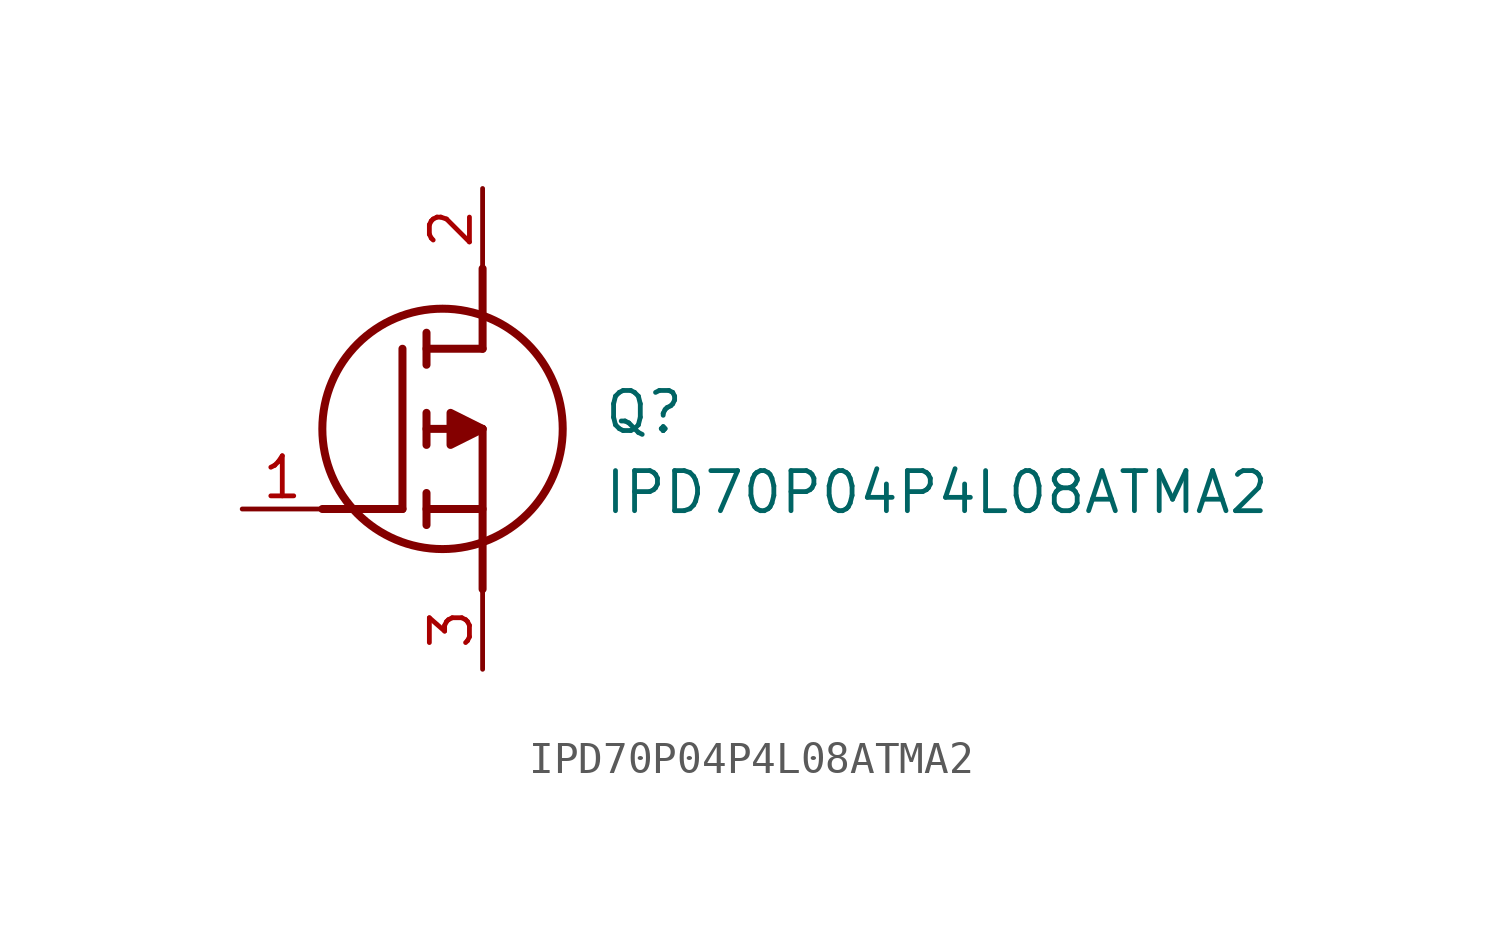
<source format=kicad_sym>
(kicad_symbol_lib
  (version 20211014)
  (generator SamacSys_ECAD_Model)
  (symbol "IPD70P04P4L08ATMA2"
    (pin_names hide)
    (property "Reference" "Q"
      (at 11.43 3.81 0)
      (effects (font (size 1.27 1.27)) (justify left top)))
    (property "Value" "IPD70P04P4L08ATMA2"
      (at 11.43 1.27 0)
      (effects (font (size 1.27 1.27)) (justify left top)))
    (polyline
      (pts (xy 7.62 2.54) (xy 7.62 -2.54))
      (stroke (width 0.254) (type default))
      (fill (type none)))
    (polyline
      (pts (xy 7.62 5.08) (xy 7.62 7.62))
      (stroke (width 0.254) (type default))
      (fill (type none)))
    (polyline
      (pts (xy 2.54 0) (xy 5.08 0))
      (stroke (width 0.254) (type default))
      (fill (type none)))
    (polyline
      (pts (xy 5.08 5.08) (xy 5.08 0))
      (stroke (width 0.254) (type default))
      (fill (type none)))
    (polyline
      (pts (xy 7.62 2.54) (xy 5.842 2.54))
      (stroke (width 0.254) (type default))
      (fill (type none)))
    (polyline
      (pts (xy 7.62 5.08) (xy 5.842 5.08))
      (stroke (width 0.254) (type default))
      (fill (type none)))
    (polyline
      (pts (xy 5.842 0) (xy 7.62 0))
      (stroke (width 0.254) (type default))
      (fill (type none)))
    (polyline
      (pts (xy 5.842 5.588) (xy 5.842 4.572))
      (stroke (width 0.254) (type default))
      (fill (type none)))
    (polyline
      (pts (xy 5.842 -0.508) (xy 5.842 0.508))
      (stroke (width 0.254) (type default))
      (fill (type none)))
    (polyline
      (pts (xy 5.842 2.032) (xy 5.842 3.048))
      (stroke (width 0.254) (type default))
      (fill (type none)))
    (circle
      (center 6.35 2.54)
      (radius 3.81)
      (stroke (width 0.254) (type default))
      (fill (type none)))
    (polyline
      (pts (xy 7.62 2.54) (xy 6.604 3.048) (xy 6.604 2.032) (xy 7.62 2.54))
      (stroke (width 0.254) (type default))
      (fill (type outline)))
    (pin passive line
      (at 0 0 0)
      (length 2.54)
      (name "G" (effects (font (size 1.27 1.27))))
      (number "1" (effects (font (size 1.27 1.27)))))
    (pin passive line
      (at 7.62 10.16 270)
      (length 2.54)
      (name "D" (effects (font (size 1.27 1.27))))
      (number "2" (effects (font (size 1.27 1.27)))))
    (pin passive line
      (at 7.62 -5.08 90)
      (length 2.54)
      (name "S" (effects (font (size 1.27 1.27))))
      (number "3" (effects (font (size 1.27 1.27)))))))
</source>
